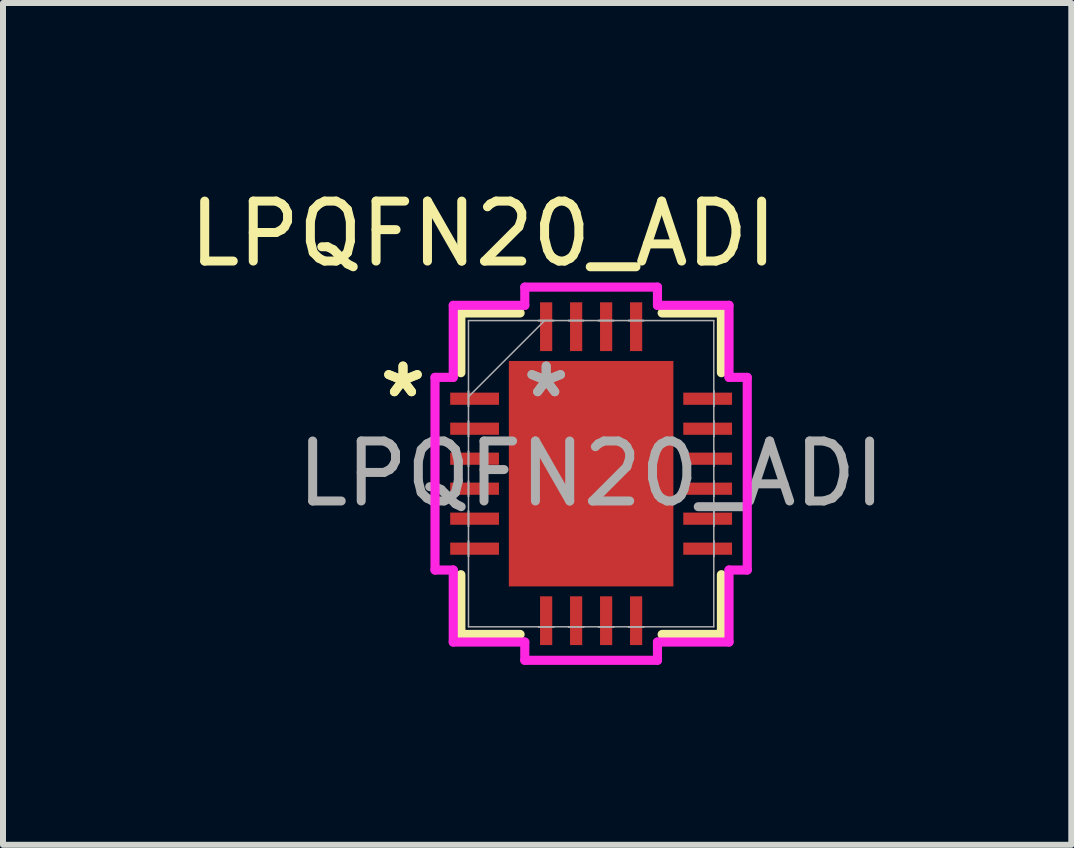
<source format=kicad_pcb>
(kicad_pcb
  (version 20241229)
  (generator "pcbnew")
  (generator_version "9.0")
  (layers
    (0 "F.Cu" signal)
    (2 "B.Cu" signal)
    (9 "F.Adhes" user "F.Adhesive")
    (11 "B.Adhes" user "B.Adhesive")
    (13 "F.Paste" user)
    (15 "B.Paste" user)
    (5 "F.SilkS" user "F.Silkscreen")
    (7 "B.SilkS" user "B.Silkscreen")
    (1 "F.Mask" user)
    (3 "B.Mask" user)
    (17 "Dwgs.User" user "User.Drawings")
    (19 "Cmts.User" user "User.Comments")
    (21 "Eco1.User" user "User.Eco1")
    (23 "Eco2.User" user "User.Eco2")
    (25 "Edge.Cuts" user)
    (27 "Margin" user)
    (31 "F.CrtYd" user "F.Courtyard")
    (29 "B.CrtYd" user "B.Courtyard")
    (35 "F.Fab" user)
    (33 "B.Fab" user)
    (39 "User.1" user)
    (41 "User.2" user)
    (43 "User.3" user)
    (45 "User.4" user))
  (footprint "LPQFN20_ADI"
    (layer "F.Cu")
    (at 6.806 4.848)
    (property "Reference" "LPQFN20_ADI" (at -1.8 -4 0) (unlocked yes) (layer "F.SilkS") (effects (font (size 1 1) (thickness 0.15))))
    (attr smd)
    (fp_line (start -2.172 -2.68) (end -2.172 -1.684) (stroke (width 0.152) (type solid)) (layer "F.SilkS"))
    (fp_line (start -2.172 1.684) (end -2.172 2.68) (stroke (width 0.152) (type solid)) (layer "F.SilkS"))
    (fp_line (start -2.172 2.68) (end -1.184 2.68) (stroke (width 0.152) (type solid)) (layer "F.SilkS"))
    (fp_line (start -1.184 -2.68) (end -2.172 -2.68) (stroke (width 0.152) (type solid)) (layer "F.SilkS"))
    (fp_line (start 1.184 2.68) (end 2.172 2.68) (stroke (width 0.152) (type solid)) (layer "F.SilkS"))
    (fp_line (start 2.172 -2.68) (end 1.184 -2.68) (stroke (width 0.152) (type solid)) (layer "F.SilkS"))
    (fp_line (start 2.172 -1.684) (end 2.172 -2.68) (stroke (width 0.152) (type solid)) (layer "F.SilkS"))
    (fp_line (start 2.172 2.68) (end 2.172 1.684) (stroke (width 0.152) (type solid)) (layer "F.SilkS"))
    (fp_line (start -2.603 -1.606) (end -2.299 -1.606) (stroke (width 0.152) (type solid)) (layer "F.CrtYd"))
    (fp_line (start -2.603 1.606) (end -2.603 -1.606) (stroke (width 0.152) (type solid)) (layer "F.CrtYd"))
    (fp_line (start -2.299 -2.807) (end -1.106 -2.807) (stroke (width 0.152) (type solid)) (layer "F.CrtYd"))
    (fp_line (start -2.299 -1.606) (end -2.299 -2.807) (stroke (width 0.152) (type solid)) (layer "F.CrtYd"))
    (fp_line (start -2.299 1.606) (end -2.603 1.606) (stroke (width 0.152) (type solid)) (layer "F.CrtYd"))
    (fp_line (start -2.299 2.807) (end -2.299 1.606) (stroke (width 0.152) (type solid)) (layer "F.CrtYd"))
    (fp_line (start -1.106 -3.111) (end 1.106 -3.111) (stroke (width 0.152) (type solid)) (layer "F.CrtYd"))
    (fp_line (start -1.106 -2.807) (end -1.106 -3.111) (stroke (width 0.152) (type solid)) (layer "F.CrtYd"))
    (fp_line (start -1.106 2.807) (end -2.299 2.807) (stroke (width 0.152) (type solid)) (layer "F.CrtYd"))
    (fp_line (start -1.106 3.111) (end -1.106 2.807) (stroke (width 0.152) (type solid)) (layer "F.CrtYd"))
    (fp_line (start 1.106 -3.111) (end 1.106 -2.807) (stroke (width 0.152) (type solid)) (layer "F.CrtYd"))
    (fp_line (start 1.106 -2.807) (end 2.299 -2.807) (stroke (width 0.152) (type solid)) (layer "F.CrtYd"))
    (fp_line (start 1.106 2.807) (end 1.106 3.111) (stroke (width 0.152) (type solid)) (layer "F.CrtYd"))
    (fp_line (start 1.106 3.111) (end -1.106 3.111) (stroke (width 0.152) (type solid)) (layer "F.CrtYd"))
    (fp_line (start 2.299 -2.807) (end 2.299 -1.606) (stroke (width 0.152) (type solid)) (layer "F.CrtYd"))
    (fp_line (start 2.299 -1.606) (end 2.603 -1.606) (stroke (width 0.152) (type solid)) (layer "F.CrtYd"))
    (fp_line (start 2.299 1.606) (end 2.299 2.807) (stroke (width 0.152) (type solid)) (layer "F.CrtYd"))
    (fp_line (start 2.299 2.807) (end 1.106 2.807) (stroke (width 0.152) (type solid)) (layer "F.CrtYd"))
    (fp_line (start 2.603 -1.606) (end 2.603 1.606) (stroke (width 0.152) (type solid)) (layer "F.CrtYd"))
    (fp_line (start 2.603 1.606) (end 2.299 1.606) (stroke (width 0.152) (type solid)) (layer "F.CrtYd"))
    (fp_line (start -2.045 -2.553) (end -2.045 2.553) (stroke (width 0.025) (type solid)) (layer "F.Fab"))
    (fp_line (start -2.045 -1.377) (end -2.045 -1.377) (stroke (width 0.025) (type solid)) (layer "F.Fab"))
    (fp_line (start -2.045 -1.377) (end -2.045 -1.123) (stroke (width 0.025) (type solid)) (layer "F.Fab"))
    (fp_line (start -2.045 -1.283) (end -0.775 -2.553) (stroke (width 0.025) (type solid)) (layer "F.Fab"))
    (fp_line (start -2.045 -1.123) (end -2.045 -1.377) (stroke (width 0.025) (type solid)) (layer "F.Fab"))
    (fp_line (start -2.045 -1.123) (end -2.045 -1.123) (stroke (width 0.025) (type solid)) (layer "F.Fab"))
    (fp_line (start -2.045 -0.877) (end -2.045 -0.877) (stroke (width 0.025) (type solid)) (layer "F.Fab"))
    (fp_line (start -2.045 -0.877) (end -2.045 -0.623) (stroke (width 0.025) (type solid)) (layer "F.Fab"))
    (fp_line (start -2.045 -0.623) (end -2.045 -0.877) (stroke (width 0.025) (type solid)) (layer "F.Fab"))
    (fp_line (start -2.045 -0.623) (end -2.045 -0.623) (stroke (width 0.025) (type solid)) (layer "F.Fab"))
    (fp_line (start -2.045 -0.377) (end -2.045 -0.377) (stroke (width 0.025) (type solid)) (layer "F.Fab"))
    (fp_line (start -2.045 -0.377) (end -2.045 -0.123) (stroke (width 0.025) (type solid)) (layer "F.Fab"))
    (fp_line (start -2.045 -0.123) (end -2.045 -0.377) (stroke (width 0.025) (type solid)) (layer "F.Fab"))
    (fp_line (start -2.045 -0.123) (end -2.045 -0.123) (stroke (width 0.025) (type solid)) (layer "F.Fab"))
    (fp_line (start -2.045 0.123) (end -2.045 0.123) (stroke (width 0.025) (type solid)) (layer "F.Fab"))
    (fp_line (start -2.045 0.123) (end -2.045 0.377) (stroke (width 0.025) (type solid)) (layer "F.Fab"))
    (fp_line (start -2.045 0.377) (end -2.045 0.123) (stroke (width 0.025) (type solid)) (layer "F.Fab"))
    (fp_line (start -2.045 0.377) (end -2.045 0.377) (stroke (width 0.025) (type solid)) (layer "F.Fab"))
    (fp_line (start -2.045 0.623) (end -2.045 0.623) (stroke (width 0.025) (type solid)) (layer "F.Fab"))
    (fp_line (start -2.045 0.623) (end -2.045 0.877) (stroke (width 0.025) (type solid)) (layer "F.Fab"))
    (fp_line (start -2.045 0.877) (end -2.045 0.623) (stroke (width 0.025) (type solid)) (layer "F.Fab"))
    (fp_line (start -2.045 0.877) (end -2.045 0.877) (stroke (width 0.025) (type solid)) (layer "F.Fab"))
    (fp_line (start -2.045 1.123) (end -2.045 1.123) (stroke (width 0.025) (type solid)) (layer "F.Fab"))
    (fp_line (start -2.045 1.123) (end -2.045 1.377) (stroke (width 0.025) (type solid)) (layer "F.Fab"))
    (fp_line (start -2.045 1.377) (end -2.045 1.123) (stroke (width 0.025) (type solid)) (layer "F.Fab"))
    (fp_line (start -2.045 1.377) (end -2.045 1.377) (stroke (width 0.025) (type solid)) (layer "F.Fab"))
    (fp_line (start -2.045 2.553) (end 2.045 2.553) (stroke (width 0.025) (type solid)) (layer "F.Fab"))
    (fp_line (start -0.877 -2.553) (end -0.877 -2.553) (stroke (width 0.025) (type solid)) (layer "F.Fab"))
    (fp_line (start -0.877 -2.553) (end -0.623 -2.553) (stroke (width 0.025) (type solid)) (layer "F.Fab"))
    (fp_line (start -0.877 2.553) (end -0.877 2.553) (stroke (width 0.025) (type solid)) (layer "F.Fab"))
    (fp_line (start -0.877 2.553) (end -0.623 2.553) (stroke (width 0.025) (type solid)) (layer "F.Fab"))
    (fp_line (start -0.623 -2.553) (end -0.877 -2.553) (stroke (width 0.025) (type solid)) (layer "F.Fab"))
    (fp_line (start -0.623 -2.553) (end -0.623 -2.553) (stroke (width 0.025) (type solid)) (layer "F.Fab"))
    (fp_line (start -0.623 2.553) (end -0.877 2.553) (stroke (width 0.025) (type solid)) (layer "F.Fab"))
    (fp_line (start -0.623 2.553) (end -0.623 2.553) (stroke (width 0.025) (type solid)) (layer "F.Fab"))
    (fp_line (start -0.377 -2.553) (end -0.377 -2.553) (stroke (width 0.025) (type solid)) (layer "F.Fab"))
    (fp_line (start -0.377 -2.553) (end -0.123 -2.553) (stroke (width 0.025) (type solid)) (layer "F.Fab"))
    (fp_line (start -0.377 2.553) (end -0.377 2.553) (stroke (width 0.025) (type solid)) (layer "F.Fab"))
    (fp_line (start -0.377 2.553) (end -0.123 2.553) (stroke (width 0.025) (type solid)) (layer "F.Fab"))
    (fp_line (start -0.123 -2.553) (end -0.377 -2.553) (stroke (width 0.025) (type solid)) (layer "F.Fab"))
    (fp_line (start -0.123 -2.553) (end -0.123 -2.553) (stroke (width 0.025) (type solid)) (layer "F.Fab"))
    (fp_line (start -0.123 2.553) (end -0.377 2.553) (stroke (width 0.025) (type solid)) (layer "F.Fab"))
    (fp_line (start -0.123 2.553) (end -0.123 2.553) (stroke (width 0.025) (type solid)) (layer "F.Fab"))
    (fp_line (start 0.123 -2.553) (end 0.123 -2.553) (stroke (width 0.025) (type solid)) (layer "F.Fab"))
    (fp_line (start 0.123 -2.553) (end 0.377 -2.553) (stroke (width 0.025) (type solid)) (layer "F.Fab"))
    (fp_line (start 0.123 2.553) (end 0.123 2.553) (stroke (width 0.025) (type solid)) (layer "F.Fab"))
    (fp_line (start 0.123 2.553) (end 0.377 2.553) (stroke (width 0.025) (type solid)) (layer "F.Fab"))
    (fp_line (start 0.377 -2.553) (end 0.123 -2.553) (stroke (width 0.025) (type solid)) (layer "F.Fab"))
    (fp_line (start 0.377 -2.553) (end 0.377 -2.553) (stroke (width 0.025) (type solid)) (layer "F.Fab"))
    (fp_line (start 0.377 2.553) (end 0.123 2.553) (stroke (width 0.025) (type solid)) (layer "F.Fab"))
    (fp_line (start 0.377 2.553) (end 0.377 2.553) (stroke (width 0.025) (type solid)) (layer "F.Fab"))
    (fp_line (start 0.623 -2.553) (end 0.623 -2.553) (stroke (width 0.025) (type solid)) (layer "F.Fab"))
    (fp_line (start 0.623 -2.553) (end 0.877 -2.553) (stroke (width 0.025) (type solid)) (layer "F.Fab"))
    (fp_line (start 0.623 2.553) (end 0.623 2.553) (stroke (width 0.025) (type solid)) (layer "F.Fab"))
    (fp_line (start 0.623 2.553) (end 0.877 2.553) (stroke (width 0.025) (type solid)) (layer "F.Fab"))
    (fp_line (start 0.877 -2.553) (end 0.623 -2.553) (stroke (width 0.025) (type solid)) (layer "F.Fab"))
    (fp_line (start 0.877 -2.553) (end 0.877 -2.553) (stroke (width 0.025) (type solid)) (layer "F.Fab"))
    (fp_line (start 0.877 2.553) (end 0.623 2.553) (stroke (width 0.025) (type solid)) (layer "F.Fab"))
    (fp_line (start 0.877 2.553) (end 0.877 2.553) (stroke (width 0.025) (type solid)) (layer "F.Fab"))
    (fp_line (start 2.045 -2.553) (end -2.045 -2.553) (stroke (width 0.025) (type solid)) (layer "F.Fab"))
    (fp_line (start 2.045 -1.377) (end 2.045 -1.377) (stroke (width 0.025) (type solid)) (layer "F.Fab"))
    (fp_line (start 2.045 -1.377) (end 2.045 -1.123) (stroke (width 0.025) (type solid)) (layer "F.Fab"))
    (fp_line (start 2.045 -1.123) (end 2.045 -1.377) (stroke (width 0.025) (type solid)) (layer "F.Fab"))
    (fp_line (start 2.045 -1.123) (end 2.045 -1.123) (stroke (width 0.025) (type solid)) (layer "F.Fab"))
    (fp_line (start 2.045 -0.877) (end 2.045 -0.877) (stroke (width 0.025) (type solid)) (layer "F.Fab"))
    (fp_line (start 2.045 -0.877) (end 2.045 -0.623) (stroke (width 0.025) (type solid)) (layer "F.Fab"))
    (fp_line (start 2.045 -0.623) (end 2.045 -0.877) (stroke (width 0.025) (type solid)) (layer "F.Fab"))
    (fp_line (start 2.045 -0.623) (end 2.045 -0.623) (stroke (width 0.025) (type solid)) (layer "F.Fab"))
    (fp_line (start 2.045 -0.377) (end 2.045 -0.377) (stroke (width 0.025) (type solid)) (layer "F.Fab"))
    (fp_line (start 2.045 -0.377) (end 2.045 -0.123) (stroke (width 0.025) (type solid)) (layer "F.Fab"))
    (fp_line (start 2.045 -0.123) (end 2.045 -0.377) (stroke (width 0.025) (type solid)) (layer "F.Fab"))
    (fp_line (start 2.045 -0.123) (end 2.045 -0.123) (stroke (width 0.025) (type solid)) (layer "F.Fab"))
    (fp_line (start 2.045 0.123) (end 2.045 0.123) (stroke (width 0.025) (type solid)) (layer "F.Fab"))
    (fp_line (start 2.045 0.123) (end 2.045 0.377) (stroke (width 0.025) (type solid)) (layer "F.Fab"))
    (fp_line (start 2.045 0.377) (end 2.045 0.123) (stroke (width 0.025) (type solid)) (layer "F.Fab"))
    (fp_line (start 2.045 0.377) (end 2.045 0.377) (stroke (width 0.025) (type solid)) (layer "F.Fab"))
    (fp_line (start 2.045 0.623) (end 2.045 0.623) (stroke (width 0.025) (type solid)) (layer "F.Fab"))
    (fp_line (start 2.045 0.623) (end 2.045 0.877) (stroke (width 0.025) (type solid)) (layer "F.Fab"))
    (fp_line (start 2.045 0.877) (end 2.045 0.623) (stroke (width 0.025) (type solid)) (layer "F.Fab"))
    (fp_line (start 2.045 0.877) (end 2.045 0.877) (stroke (width 0.025) (type solid)) (layer "F.Fab"))
    (fp_line (start 2.045 1.123) (end 2.045 1.123) (stroke (width 0.025) (type solid)) (layer "F.Fab"))
    (fp_line (start 2.045 1.123) (end 2.045 1.377) (stroke (width 0.025) (type solid)) (layer "F.Fab"))
    (fp_line (start 2.045 1.377) (end 2.045 1.123) (stroke (width 0.025) (type solid)) (layer "F.Fab"))
    (fp_line (start 2.045 1.377) (end 2.045 1.377) (stroke (width 0.025) (type solid)) (layer "F.Fab"))
    (fp_line (start 2.045 2.553) (end 2.045 -2.553) (stroke (width 0.025) (type solid)) (layer "F.Fab"))
    (fp_text user "*" (at -3.137 -1.25 0) (layer "F.SilkS") (effects (font (size 1 1) (thickness 0.15))))
    (fp_text user "*" (at -3.137 -1.25 0) (unlocked yes) (layer "F.SilkS") (effects (font (size 1 1) (thickness 0.15))))
    (fp_text user "*" (at -0.749 -1.25 0) (layer "F.Fab") (effects (font (size 1 1) (thickness 0.15))))
    (fp_text user "*" (at -0.749 -1.25 0) (unlocked yes) (layer "F.Fab") (effects (font (size 1 1) (thickness 0.15))))
    (fp_text user "${REFERENCE}" (at 0 0 0) (unlocked yes) (layer "F.Fab") (effects (font (size 1 1) (thickness 0.15))))
    (pad "1" smd rect (at -1.943 -1.25 90) (size 0.203 0.813) (layers "F.Cu" "F.Mask" "F.Paste"))
    (pad "2" smd rect (at -1.943 -0.75 90) (size 0.203 0.813) (layers "F.Cu" "F.Mask" "F.Paste"))
    (pad "3" smd rect (at -1.943 -0.25 90) (size 0.203 0.813) (layers "F.Cu" "F.Mask" "F.Paste"))
    (pad "4" smd rect (at -1.943 0.25 90) (size 0.203 0.813) (layers "F.Cu" "F.Mask" "F.Paste"))
    (pad "5" smd rect (at -1.943 0.75 90) (size 0.203 0.813) (layers "F.Cu" "F.Mask" "F.Paste"))
    (pad "6" smd rect (at -1.943 1.25 90) (size 0.203 0.813) (layers "F.Cu" "F.Mask" "F.Paste"))
    (pad "7" smd rect (at -0.75 2.451) (size 0.203 0.813) (layers "F.Cu" "F.Mask" "F.Paste"))
    (pad "8" smd rect (at -0.25 2.451) (size 0.203 0.813) (layers "F.Cu" "F.Mask" "F.Paste"))
    (pad "9" smd rect (at 0.25 2.451) (size 0.203 0.813) (layers "F.Cu" "F.Mask" "F.Paste"))
    (pad "10" smd rect (at 0.75 2.451) (size 0.203 0.813) (layers "F.Cu" "F.Mask" "F.Paste"))
    (pad "11" smd rect (at 1.943 1.25 90) (size 0.203 0.813) (layers "F.Cu" "F.Mask" "F.Paste"))
    (pad "12" smd rect (at 1.943 0.75 90) (size 0.203 0.813) (layers "F.Cu" "F.Mask" "F.Paste"))
    (pad "13" smd rect (at 1.943 0.25 90) (size 0.203 0.813) (layers "F.Cu" "F.Mask" "F.Paste"))
    (pad "14" smd rect (at 1.943 -0.25 90) (size 0.203 0.813) (layers "F.Cu" "F.Mask" "F.Paste"))
    (pad "15" smd rect (at 1.943 -0.75 90) (size 0.203 0.813) (layers "F.Cu" "F.Mask" "F.Paste"))
    (pad "16" smd rect (at 1.943 -1.25 90) (size 0.203 0.813) (layers "F.Cu" "F.Mask" "F.Paste"))
    (pad "17" smd rect (at 0.75 -2.451) (size 0.203 0.813) (layers "F.Cu" "F.Mask" "F.Paste"))
    (pad "18" smd rect (at 0.25 -2.451) (size 0.203 0.813) (layers "F.Cu" "F.Mask" "F.Paste"))
    (pad "19" smd rect (at -0.25 -2.451) (size 0.203 0.813) (layers "F.Cu" "F.Mask" "F.Paste"))
    (pad "20" smd rect (at -0.75 -2.451) (size 0.203 0.813) (layers "F.Cu" "F.Mask" "F.Paste"))
    (pad "21" smd rect (at 0 0) (size 2.743 3.759) (layers "F.Cu" "F.Mask" "F.Paste")))
  (gr_rect
    (start -3 -3)
    (end 14.812 11.036)
    (stroke (width 0.1) (type default))
    (fill no)
    (layer "Edge.Cuts")))
</source>
